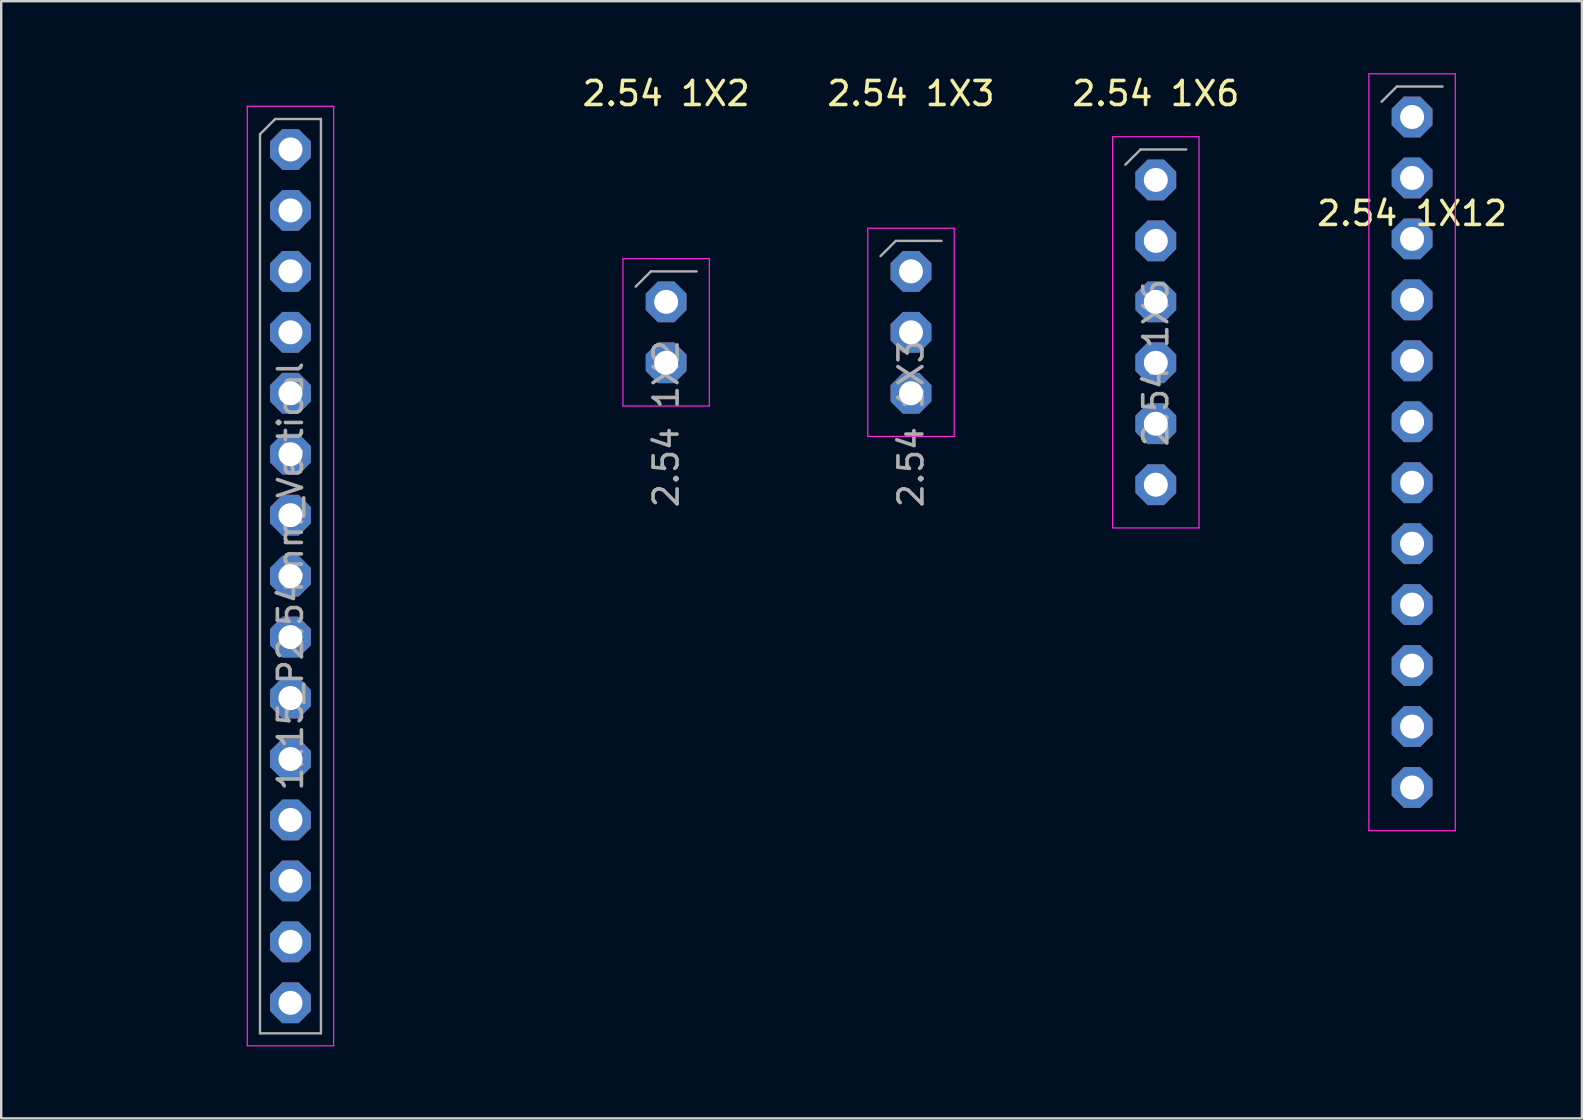
<source format=kicad_pcb>
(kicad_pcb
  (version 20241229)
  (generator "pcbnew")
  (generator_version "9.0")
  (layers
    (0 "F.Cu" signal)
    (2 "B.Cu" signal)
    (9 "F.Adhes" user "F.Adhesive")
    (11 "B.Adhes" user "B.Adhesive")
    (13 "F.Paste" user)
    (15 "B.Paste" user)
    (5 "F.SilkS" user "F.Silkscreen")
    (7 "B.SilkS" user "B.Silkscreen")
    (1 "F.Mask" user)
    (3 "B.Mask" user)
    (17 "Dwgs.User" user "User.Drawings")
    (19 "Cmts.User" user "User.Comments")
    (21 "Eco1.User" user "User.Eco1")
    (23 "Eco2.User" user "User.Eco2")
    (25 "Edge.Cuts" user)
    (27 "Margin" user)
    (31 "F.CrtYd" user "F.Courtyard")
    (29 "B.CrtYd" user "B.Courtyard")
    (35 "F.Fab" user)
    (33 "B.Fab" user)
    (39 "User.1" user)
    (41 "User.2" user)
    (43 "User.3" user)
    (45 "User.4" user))
  (footprint "2.54 1X6"
    (layer "F.Cu")
    (at 45.113 10.798)
    (property "Reference" "2.54 1X6" (at 0 -9.95 0) (layer "F.SilkS") (effects (font (size 1 1) (thickness 0.15))))
    (attr through_hole)
    (fp_line (start -1.8 -8.15) (end -1.8 8.15) (stroke (width 0.05) (type solid)) (layer "F.CrtYd"))
    (fp_line (start 1.8 -8.15) (end -1.8 -8.15) (stroke (width 0.05) (type solid)) (layer "F.CrtYd"))
    (fp_line (start 1.8 8.15) (end -1.8 8.15) (stroke (width 0.05) (type solid)) (layer "F.CrtYd"))
    (fp_line (start 1.8 8.15) (end 1.8 -8.15) (stroke (width 0.05) (type solid)) (layer "F.CrtYd"))
    (fp_line (start -1.27 -6.985) (end -0.635 -7.62) (stroke (width 0.1) (type solid)) (layer "F.Fab"))
    (fp_line (start -0.635 -7.62) (end 1.27 -7.62) (stroke (width 0.1) (type solid)) (layer "F.Fab"))
    (fp_text user "${REFERENCE}" (at 0 1.27 90) (layer "F.Fab") (effects (font (size 1 1) (thickness 0.15))))
    (pad "1" thru_hole roundrect (at 0 -6.35) (size 1.7 1.7) (drill 1) (layers "*.Cu" "*.Mask") (roundrect_rratio 0) (chamfer_ratio 0.3) (chamfer top_left top_right bottom_left bottom_right))
    (pad "2" thru_hole roundrect (at 0 -3.81) (size 1.7 1.7) (drill 1) (layers "*.Cu" "*.Mask") (roundrect_rratio 0) (chamfer_ratio 0.3) (chamfer top_left top_right bottom_left bottom_right))
    (pad "3" thru_hole roundrect (at 0 -1.27) (size 1.7 1.7) (drill 1) (layers "*.Cu" "*.Mask") (roundrect_rratio 0) (chamfer_ratio 0.3) (chamfer top_left top_right bottom_left bottom_right))
    (pad "4" thru_hole roundrect (at 0 1.27) (size 1.7 1.7) (drill 1) (layers "*.Cu" "*.Mask") (roundrect_rratio 0) (chamfer_ratio 0.3) (chamfer top_left top_right bottom_left bottom_right))
    (pad "5" thru_hole roundrect (at 0 3.81) (size 1.7 1.7) (drill 1) (layers "*.Cu" "*.Mask") (roundrect_rratio 0) (chamfer_ratio 0.3) (chamfer top_left top_right bottom_left bottom_right))
    (pad "6" thru_hole roundrect (at 0 6.35) (size 1.7 1.7) (drill 1) (layers "*.Cu" "*.Mask") (roundrect_rratio 0) (chamfer_ratio 0.3) (chamfer top_left top_right bottom_left bottom_right)))
  (footprint "2.54 1X2"
    (layer "F.Cu")
    (at 24.708 10.798)
    (property "Reference" "2.54 1X2" (at 0 -9.95 0) (layer "F.SilkS") (effects (font (size 1 1) (thickness 0.15))))
    (attr through_hole)
    (fp_line (start -1.8 -3.07) (end -1.8 3.07) (stroke (width 0.05) (type solid)) (layer "F.CrtYd"))
    (fp_line (start 1.8 -3.07) (end -1.8 -3.07) (stroke (width 0.05) (type solid)) (layer "F.CrtYd"))
    (fp_line (start 1.8 3.07) (end -1.8 3.07) (stroke (width 0.05) (type solid)) (layer "F.CrtYd"))
    (fp_line (start 1.8 3.07) (end 1.8 -3.07) (stroke (width 0.05) (type solid)) (layer "F.CrtYd"))
    (fp_line (start -1.27 -1.905) (end -0.635 -2.54) (stroke (width 0.1) (type solid)) (layer "F.Fab"))
    (fp_line (start -0.635 -2.54) (end 1.27 -2.54) (stroke (width 0.1) (type solid)) (layer "F.Fab"))
    (fp_text user "${REFERENCE}" (at 0 3.81 90) (layer "F.Fab") (effects (font (size 1 1) (thickness 0.15))))
    (pad "1" thru_hole roundrect (at 0 -1.27) (size 1.7 1.7) (drill 1) (layers "*.Cu" "*.Mask") (roundrect_rratio 0) (chamfer_ratio 0.3) (chamfer top_left top_right bottom_left bottom_right))
    (pad "2" thru_hole roundrect (at 0 1.27) (size 1.7 1.7) (drill 1) (layers "*.Cu" "*.Mask") (roundrect_rratio 0) (chamfer_ratio 0.3) (chamfer top_left top_right bottom_left bottom_right)))
  (footprint "1x15_P2.54mm_Vertical"
    (layer "F.Cu")
    (at 9.054 20.958)
    (property "Reference" "1x15_P2.54mm_Vertical" (at 0 -20.11 0) (layer "User.2") (effects (font (size 1 1) (thickness 0.15))))
    (attr through_hole)
    (fp_line (start -1.8 -19.58) (end -1.8 19.57) (stroke (width 0.05) (type solid)) (layer "F.CrtYd"))
    (fp_line (start -1.8 19.57) (end 1.8 19.57) (stroke (width 0.05) (type solid)) (layer "F.CrtYd"))
    (fp_line (start 1.8 -19.58) (end -1.8 -19.58) (stroke (width 0.05) (type solid)) (layer "F.CrtYd"))
    (fp_line (start 1.8 19.57) (end 1.8 -19.58) (stroke (width 0.05) (type solid)) (layer "F.CrtYd"))
    (fp_line (start -1.27 -18.415) (end -0.635 -19.05) (stroke (width 0.1) (type solid)) (layer "F.Fab"))
    (fp_line (start -1.27 19.05) (end -1.27 -18.415) (stroke (width 0.1) (type solid)) (layer "F.Fab"))
    (fp_line (start -0.635 -19.05) (end 1.27 -19.05) (stroke (width 0.1) (type solid)) (layer "F.Fab"))
    (fp_line (start 1.27 -19.05) (end 1.27 19.05) (stroke (width 0.1) (type solid)) (layer "F.Fab"))
    (fp_line (start 1.27 19.05) (end -1.27 19.05) (stroke (width 0.1) (type solid)) (layer "F.Fab"))
    (fp_text user "${REFERENCE}" (at 0 0 90) (layer "F.Fab") (effects (font (size 1 1) (thickness 0.15))))
    (pad "1" thru_hole roundrect (at 0 -17.78) (size 1.7 1.7) (drill 1) (layers "*.Cu" "*.Mask") (roundrect_rratio 0) (chamfer_ratio 0.3) (chamfer top_left top_right bottom_left bottom_right))
    (pad "2" thru_hole roundrect (at 0 -15.24) (size 1.7 1.7) (drill 1) (layers "*.Cu" "*.Mask") (roundrect_rratio 0) (chamfer_ratio 0.3) (chamfer top_left top_right bottom_left bottom_right))
    (pad "3" thru_hole roundrect (at 0 -12.7) (size 1.7 1.7) (drill 1) (layers "*.Cu" "*.Mask") (roundrect_rratio 0) (chamfer_ratio 0.3) (chamfer top_left top_right bottom_left bottom_right))
    (pad "4" thru_hole roundrect (at 0 -10.16) (size 1.7 1.7) (drill 1) (layers "*.Cu" "*.Mask") (roundrect_rratio 0) (chamfer_ratio 0.3) (chamfer top_left top_right bottom_left bottom_right))
    (pad "5" thru_hole roundrect (at 0 -7.62) (size 1.7 1.7) (drill 1) (layers "*.Cu" "*.Mask") (roundrect_rratio 0) (chamfer_ratio 0.3) (chamfer top_left top_right bottom_left bottom_right))
    (pad "6" thru_hole roundrect (at 0 -5.08) (size 1.7 1.7) (drill 1) (layers "*.Cu" "*.Mask") (roundrect_rratio 0) (chamfer_ratio 0.3) (chamfer top_left top_right bottom_left bottom_right))
    (pad "7" thru_hole roundrect (at 0 -2.54) (size 1.7 1.7) (drill 1) (layers "*.Cu" "*.Mask") (roundrect_rratio 0) (chamfer_ratio 0.3) (chamfer top_left top_right bottom_left bottom_right))
    (pad "8" thru_hole roundrect (at 0 0) (size 1.7 1.7) (drill 1) (layers "*.Cu" "*.Mask") (roundrect_rratio 0) (chamfer_ratio 0.3) (chamfer top_left top_right bottom_left bottom_right))
    (pad "9" thru_hole roundrect (at 0 2.54) (size 1.7 1.7) (drill 1) (layers "*.Cu" "*.Mask") (roundrect_rratio 0) (chamfer_ratio 0.3) (chamfer top_left top_right bottom_left bottom_right))
    (pad "10" thru_hole roundrect (at 0 5.08) (size 1.7 1.7) (drill 1) (layers "*.Cu" "*.Mask") (roundrect_rratio 0) (chamfer_ratio 0.3) (chamfer top_left top_right bottom_left bottom_right))
    (pad "11" thru_hole roundrect (at 0 7.62) (size 1.7 1.7) (drill 1) (layers "*.Cu" "*.Mask") (roundrect_rratio 0) (chamfer_ratio 0.3) (chamfer top_left top_right bottom_left bottom_right))
    (pad "12" thru_hole roundrect (at 0 10.16) (size 1.7 1.7) (drill 1) (layers "*.Cu" "*.Mask") (roundrect_rratio 0) (chamfer_ratio 0.3) (chamfer top_left top_right bottom_left bottom_right))
    (pad "13" thru_hole roundrect (at 0 12.7) (size 1.7 1.7) (drill 1) (layers "*.Cu" "*.Mask") (roundrect_rratio 0) (chamfer_ratio 0.3) (chamfer top_left top_right bottom_left bottom_right))
    (pad "14" thru_hole roundrect (at 0 15.24) (size 1.7 1.7) (drill 1) (layers "*.Cu" "*.Mask") (roundrect_rratio 0) (chamfer_ratio 0.3) (chamfer top_left top_right bottom_left bottom_right))
    (pad "15" thru_hole roundrect (at 0 17.78) (size 1.7 1.7) (drill 1) (layers "*.Cu" "*.Mask") (roundrect_rratio 0) (chamfer_ratio 0.3) (chamfer top_left top_right bottom_left bottom_right)))
  (footprint "2.54 1X12"
    (layer "F.Cu")
    (at 55.792 15.795)
    (property "Reference" "2.54 1X12" (at 0 -9.95 0) (layer "F.SilkS") (effects (font (size 1 1) (thickness 0.15))))
    (attr through_hole)
    (fp_line (start -1.8 -15.77) (end -1.8 15.77) (stroke (width 0.05) (type solid)) (layer "F.CrtYd"))
    (fp_line (start 1.8 -15.77) (end -1.8 -15.77) (stroke (width 0.05) (type solid)) (layer "F.CrtYd"))
    (fp_line (start 1.8 15.77) (end -1.8 15.77) (stroke (width 0.05) (type solid)) (layer "F.CrtYd"))
    (fp_line (start 1.8 15.77) (end 1.8 -15.77) (stroke (width 0.05) (type solid)) (layer "F.CrtYd"))
    (fp_line (start -1.27 -14.605) (end -0.635 -15.24) (stroke (width 0.1) (type solid)) (layer "F.Fab"))
    (fp_line (start -0.635 -15.24) (end 1.27 -15.24) (stroke (width 0.1) (type solid)) (layer "F.Fab"))
    (pad "1" thru_hole roundrect (at 0 -13.97) (size 1.7 1.7) (drill 1) (layers "*.Cu" "*.Mask") (roundrect_rratio 0) (chamfer_ratio 0.3) (chamfer top_left top_right bottom_left bottom_right))
    (pad "2" thru_hole roundrect (at 0 -11.43) (size 1.7 1.7) (drill 1) (layers "*.Cu" "*.Mask") (roundrect_rratio 0) (chamfer_ratio 0.3) (chamfer top_left top_right bottom_left bottom_right))
    (pad "3" thru_hole roundrect (at 0 -8.89) (size 1.7 1.7) (drill 1) (layers "*.Cu" "*.Mask") (roundrect_rratio 0) (chamfer_ratio 0.3) (chamfer top_left top_right bottom_left bottom_right))
    (pad "4" thru_hole roundrect (at 0 -6.35) (size 1.7 1.7) (drill 1) (layers "*.Cu" "*.Mask") (roundrect_rratio 0) (chamfer_ratio 0.3) (chamfer top_left top_right bottom_left bottom_right))
    (pad "5" thru_hole roundrect (at 0 -3.81) (size 1.7 1.7) (drill 1) (layers "*.Cu" "*.Mask") (roundrect_rratio 0) (chamfer_ratio 0.3) (chamfer top_left top_right bottom_left bottom_right))
    (pad "6" thru_hole roundrect (at 0 -1.27) (size 1.7 1.7) (drill 1) (layers "*.Cu" "*.Mask") (roundrect_rratio 0) (chamfer_ratio 0.3) (chamfer top_left top_right bottom_left bottom_right))
    (pad "7" thru_hole roundrect (at 0 1.27) (size 1.7 1.7) (drill 1) (layers "*.Cu" "*.Mask") (roundrect_rratio 0) (chamfer_ratio 0.3) (chamfer top_left top_right bottom_left bottom_right))
    (pad "8" thru_hole roundrect (at 0 3.81) (size 1.7 1.7) (drill 1) (layers "*.Cu" "*.Mask") (roundrect_rratio 0) (chamfer_ratio 0.3) (chamfer top_left top_right bottom_left bottom_right))
    (pad "9" thru_hole roundrect (at 0 6.35) (size 1.7 1.7) (drill 1) (layers "*.Cu" "*.Mask") (roundrect_rratio 0) (chamfer_ratio 0.3) (chamfer top_left top_right bottom_left bottom_right))
    (pad "10" thru_hole roundrect (at 0 8.89) (size 1.7 1.7) (drill 1) (layers "*.Cu" "*.Mask") (roundrect_rratio 0) (chamfer_ratio 0.3) (chamfer top_left top_right bottom_left bottom_right))
    (pad "11" thru_hole roundrect (at 0 11.43) (size 1.7 1.7) (drill 1) (layers "*.Cu" "*.Mask") (roundrect_rratio 0) (chamfer_ratio 0.3) (chamfer top_left top_right bottom_left bottom_right))
    (pad "12" thru_hole roundrect (at 0 13.97) (size 1.7 1.7) (drill 1) (layers "*.Cu" "*.Mask") (roundrect_rratio 0) (chamfer_ratio 0.3) (chamfer top_left top_right bottom_left bottom_right)))
  (footprint "2.54 1X3"
    (layer "F.Cu")
    (at 34.911 10.798)
    (property "Reference" "2.54 1X3" (at 0 -9.95 0) (layer "F.SilkS") (effects (font (size 1 1) (thickness 0.15))))
    (attr through_hole)
    (fp_line (start -1.8 -4.34) (end -1.8 4.34) (stroke (width 0.05) (type solid)) (layer "F.CrtYd"))
    (fp_line (start 1.8 -4.34) (end -1.8 -4.34) (stroke (width 0.05) (type solid)) (layer "F.CrtYd"))
    (fp_line (start 1.8 4.34) (end -1.8 4.34) (stroke (width 0.05) (type solid)) (layer "F.CrtYd"))
    (fp_line (start 1.8 4.34) (end 1.8 -4.34) (stroke (width 0.05) (type solid)) (layer "F.CrtYd"))
    (fp_line (start -1.27 -3.175) (end -0.635 -3.81) (stroke (width 0.1) (type solid)) (layer "F.Fab"))
    (fp_line (start -0.635 -3.81) (end 1.27 -3.81) (stroke (width 0.1) (type solid)) (layer "F.Fab"))
    (fp_text user "${REFERENCE}" (at 0 3.81 90) (layer "F.Fab") (effects (font (size 1 1) (thickness 0.15))))
    (pad "1" thru_hole roundrect (at 0 -2.54) (size 1.7 1.7) (drill 1) (layers "*.Cu" "*.Mask") (roundrect_rratio 0) (chamfer_ratio 0.3) (chamfer top_left top_right bottom_left bottom_right))
    (pad "2" thru_hole roundrect (at 0 0) (size 1.7 1.7) (drill 1) (layers "*.Cu" "*.Mask") (roundrect_rratio 0) (chamfer_ratio 0.3) (chamfer top_left top_right bottom_left bottom_right))
    (pad "3" thru_hole roundrect (at 0 2.54) (size 1.7 1.7) (drill 1) (layers "*.Cu" "*.Mask") (roundrect_rratio 0) (chamfer_ratio 0.3) (chamfer top_left top_right bottom_left bottom_right)))
  (gr_rect
    (start -3 -3)
    (end 62.869 43.553)
    (stroke (width 0.1) (type default))
    (fill no)
    (layer "Edge.Cuts")))
</source>
